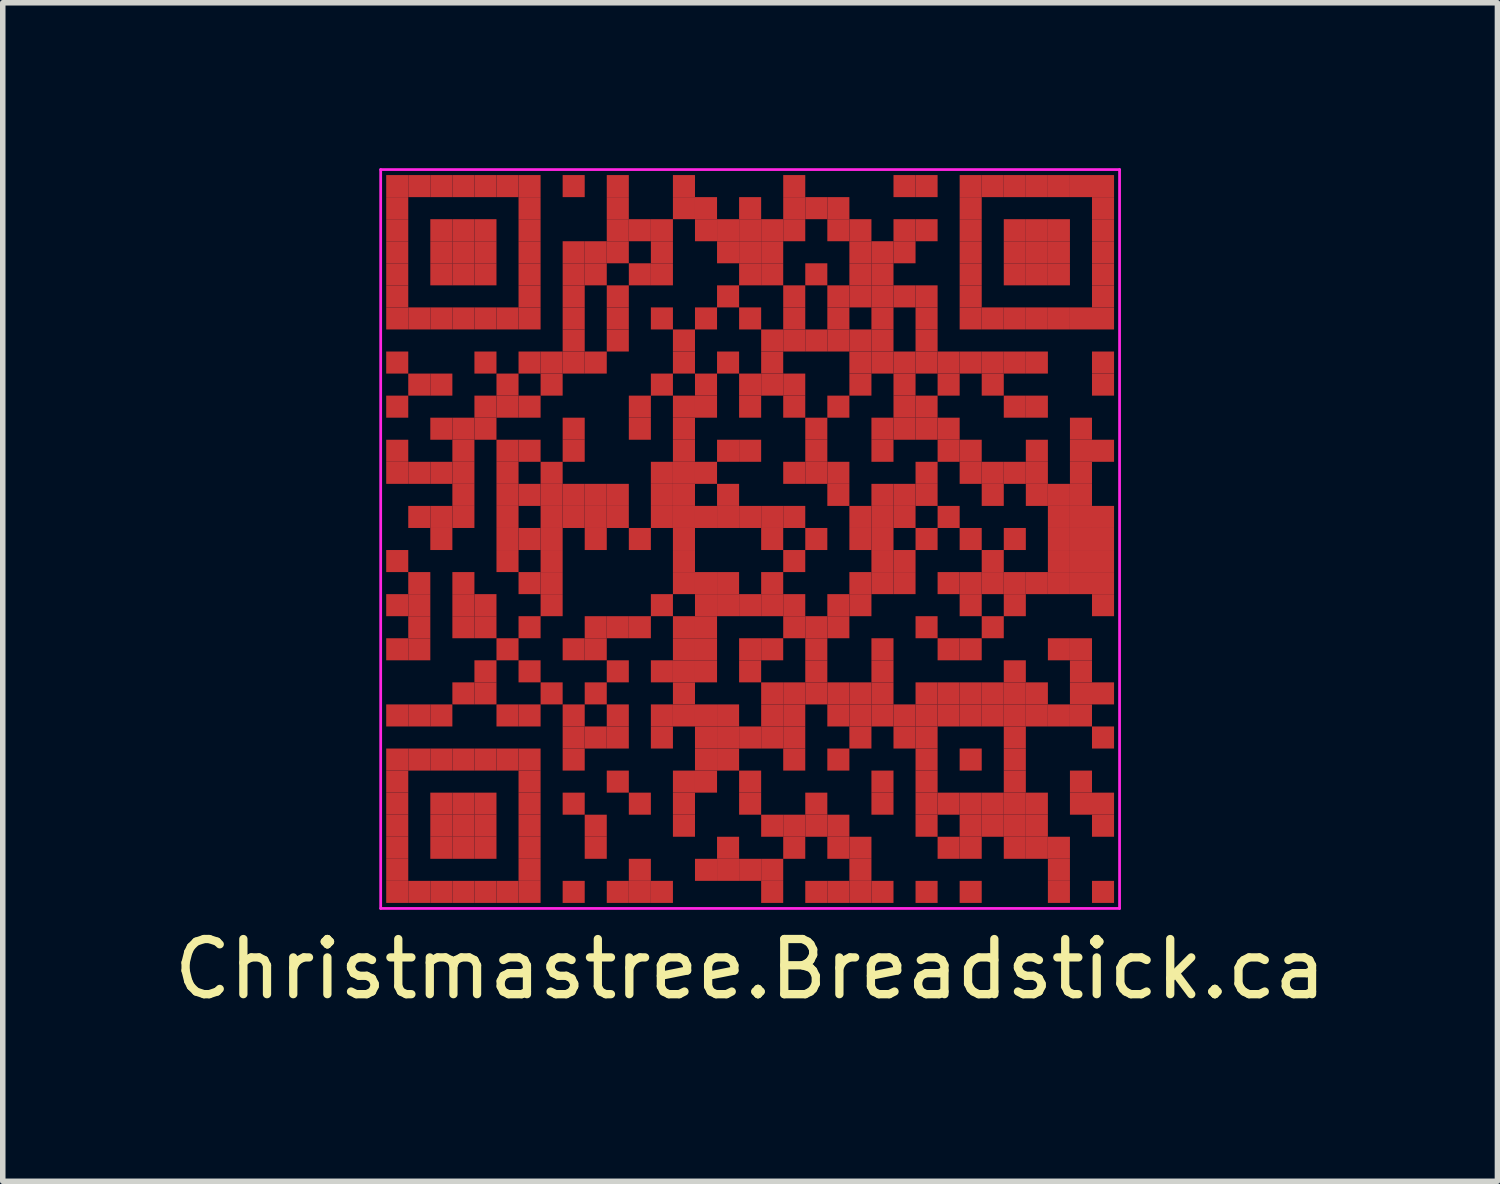
<source format=kicad_pcb>
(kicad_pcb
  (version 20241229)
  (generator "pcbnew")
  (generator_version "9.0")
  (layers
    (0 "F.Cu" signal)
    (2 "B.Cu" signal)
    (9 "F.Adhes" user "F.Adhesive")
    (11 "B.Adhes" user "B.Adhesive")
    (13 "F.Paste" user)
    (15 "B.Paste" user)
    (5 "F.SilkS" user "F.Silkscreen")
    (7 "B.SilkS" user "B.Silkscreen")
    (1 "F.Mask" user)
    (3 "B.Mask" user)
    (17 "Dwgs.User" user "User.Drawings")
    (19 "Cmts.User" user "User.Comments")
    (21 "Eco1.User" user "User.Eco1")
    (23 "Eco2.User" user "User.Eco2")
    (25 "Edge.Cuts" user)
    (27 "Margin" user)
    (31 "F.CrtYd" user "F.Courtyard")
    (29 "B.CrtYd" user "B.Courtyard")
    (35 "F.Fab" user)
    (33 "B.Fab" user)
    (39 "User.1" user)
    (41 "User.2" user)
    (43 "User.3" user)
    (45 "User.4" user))
  (footprint "Christmastree.Breadstick.ca"
    (layer "F.Cu")
    (at 10.554 6.725)
    (property "Reference" "Christmastree.Breadstick.ca" (at 0 7.8 0) (layer "F.SilkS") (effects (font (size 1 1) (thickness 0.15))))
    (attr through_hole)
    (fp_poly (pts (xy 6.65 6.65) (xy 6.65 -6.65) (xy -6.65 -6.65) (xy -6.65 6.65)) (stroke (width 0) (type solid)) (fill yes) (layer "F.Mask"))
    (fp_line (start -6.7 -6.7) (end 6.7 -6.7) (stroke (width 0.05) (type solid)) (layer "F.CrtYd"))
    (fp_line (start -6.7 6.7) (end -6.7 -6.7) (stroke (width 0.05) (type solid)) (layer "F.CrtYd"))
    (fp_line (start 6.7 -6.7) (end 6.7 6.7) (stroke (width 0.05) (type solid)) (layer "F.CrtYd"))
    (fp_line (start 6.7 6.7) (end -6.7 6.7) (stroke (width 0.05) (type solid)) (layer "F.CrtYd"))
    (pad "" smd rect (at -6.4 -6.4) (size 0.4 0.4) (layers "F.Cu"))
    (pad "" smd rect (at -6.4 -6) (size 0.4 0.4) (layers "F.Cu"))
    (pad "" smd rect (at -6.4 -5.6) (size 0.4 0.4) (layers "F.Cu"))
    (pad "" smd rect (at -6.4 -5.2) (size 0.4 0.4) (layers "F.Cu"))
    (pad "" smd rect (at -6.4 -4.8) (size 0.4 0.4) (layers "F.Cu"))
    (pad "" smd rect (at -6.4 -4.4) (size 0.4 0.4) (layers "F.Cu"))
    (pad "" smd rect (at -6.4 -4) (size 0.4 0.4) (layers "F.Cu"))
    (pad "" smd rect (at -6.4 -3.2) (size 0.4 0.4) (layers "F.Cu"))
    (pad "" smd rect (at -6.4 -2.4) (size 0.4 0.4) (layers "F.Cu"))
    (pad "" smd rect (at -6.4 -1.6) (size 0.4 0.4) (layers "F.Cu"))
    (pad "" smd rect (at -6.4 -1.2) (size 0.4 0.4) (layers "F.Cu"))
    (pad "" smd rect (at -6.4 0.4) (size 0.4 0.4) (layers "F.Cu"))
    (pad "" smd rect (at -6.4 1.2) (size 0.4 0.4) (layers "F.Cu"))
    (pad "" smd rect (at -6.4 2) (size 0.4 0.4) (layers "F.Cu"))
    (pad "" smd rect (at -6.4 3.2) (size 0.4 0.4) (layers "F.Cu"))
    (pad "" smd rect (at -6.4 4) (size 0.4 0.4) (layers "F.Cu"))
    (pad "" smd rect (at -6.4 4.4) (size 0.4 0.4) (layers "F.Cu"))
    (pad "" smd rect (at -6.4 4.8) (size 0.4 0.4) (layers "F.Cu"))
    (pad "" smd rect (at -6.4 5.2) (size 0.4 0.4) (layers "F.Cu"))
    (pad "" smd rect (at -6.4 5.6) (size 0.4 0.4) (layers "F.Cu"))
    (pad "" smd rect (at -6.4 6) (size 0.4 0.4) (layers "F.Cu"))
    (pad "" smd rect (at -6.4 6.4) (size 0.4 0.4) (layers "F.Cu"))
    (pad "" smd rect (at -6 -6.4) (size 0.4 0.4) (layers "F.Cu"))
    (pad "" smd rect (at -6 -4) (size 0.4 0.4) (layers "F.Cu"))
    (pad "" smd rect (at -6 -2.8) (size 0.4 0.4) (layers "F.Cu"))
    (pad "" smd rect (at -6 -1.2) (size 0.4 0.4) (layers "F.Cu"))
    (pad "" smd rect (at -6 -0.4) (size 0.4 0.4) (layers "F.Cu"))
    (pad "" smd rect (at -6 0.8) (size 0.4 0.4) (layers "F.Cu"))
    (pad "" smd rect (at -6 1.2) (size 0.4 0.4) (layers "F.Cu"))
    (pad "" smd rect (at -6 1.6) (size 0.4 0.4) (layers "F.Cu"))
    (pad "" smd rect (at -6 2) (size 0.4 0.4) (layers "F.Cu"))
    (pad "" smd rect (at -6 3.2) (size 0.4 0.4) (layers "F.Cu"))
    (pad "" smd rect (at -6 4) (size 0.4 0.4) (layers "F.Cu"))
    (pad "" smd rect (at -6 6.4) (size 0.4 0.4) (layers "F.Cu"))
    (pad "" smd rect (at -5.6 -6.4) (size 0.4 0.4) (layers "F.Cu"))
    (pad "" smd rect (at -5.6 -5.6) (size 0.4 0.4) (layers "F.Cu"))
    (pad "" smd rect (at -5.6 -5.2) (size 0.4 0.4) (layers "F.Cu"))
    (pad "" smd rect (at -5.6 -4.8) (size 0.4 0.4) (layers "F.Cu"))
    (pad "" smd rect (at -5.6 -4) (size 0.4 0.4) (layers "F.Cu"))
    (pad "" smd rect (at -5.6 -2.8) (size 0.4 0.4) (layers "F.Cu"))
    (pad "" smd rect (at -5.6 -2) (size 0.4 0.4) (layers "F.Cu"))
    (pad "" smd rect (at -5.6 -1.2) (size 0.4 0.4) (layers "F.Cu"))
    (pad "" smd rect (at -5.6 -0.4) (size 0.4 0.4) (layers "F.Cu"))
    (pad "" smd rect (at -5.6 0) (size 0.4 0.4) (layers "F.Cu"))
    (pad "" smd rect (at -5.6 3.2) (size 0.4 0.4) (layers "F.Cu"))
    (pad "" smd rect (at -5.6 4) (size 0.4 0.4) (layers "F.Cu"))
    (pad "" smd rect (at -5.6 4.8) (size 0.4 0.4) (layers "F.Cu"))
    (pad "" smd rect (at -5.6 5.2) (size 0.4 0.4) (layers "F.Cu"))
    (pad "" smd rect (at -5.6 5.6) (size 0.4 0.4) (layers "F.Cu"))
    (pad "" smd rect (at -5.6 6.4) (size 0.4 0.4) (layers "F.Cu"))
    (pad "" smd rect (at -5.2 -6.4) (size 0.4 0.4) (layers "F.Cu"))
    (pad "" smd rect (at -5.2 -5.6) (size 0.4 0.4) (layers "F.Cu"))
    (pad "" smd rect (at -5.2 -5.2) (size 0.4 0.4) (layers "F.Cu"))
    (pad "" smd rect (at -5.2 -4.8) (size 0.4 0.4) (layers "F.Cu"))
    (pad "" smd rect (at -5.2 -4) (size 0.4 0.4) (layers "F.Cu"))
    (pad "" smd rect (at -5.2 -2) (size 0.4 0.4) (layers "F.Cu"))
    (pad "" smd rect (at -5.2 -1.6) (size 0.4 0.4) (layers "F.Cu"))
    (pad "" smd rect (at -5.2 -1.2) (size 0.4 0.4) (layers "F.Cu"))
    (pad "" smd rect (at -5.2 -0.8) (size 0.4 0.4) (layers "F.Cu"))
    (pad "" smd rect (at -5.2 -0.4) (size 0.4 0.4) (layers "F.Cu"))
    (pad "" smd rect (at -5.2 0.8) (size 0.4 0.4) (layers "F.Cu"))
    (pad "" smd rect (at -5.2 1.2) (size 0.4 0.4) (layers "F.Cu"))
    (pad "" smd rect (at -5.2 1.6) (size 0.4 0.4) (layers "F.Cu"))
    (pad "" smd rect (at -5.2 2.8) (size 0.4 0.4) (layers "F.Cu"))
    (pad "" smd rect (at -5.2 4) (size 0.4 0.4) (layers "F.Cu"))
    (pad "" smd rect (at -5.2 4.8) (size 0.4 0.4) (layers "F.Cu"))
    (pad "" smd rect (at -5.2 5.2) (size 0.4 0.4) (layers "F.Cu"))
    (pad "" smd rect (at -5.2 5.6) (size 0.4 0.4) (layers "F.Cu"))
    (pad "" smd rect (at -5.2 6.4) (size 0.4 0.4) (layers "F.Cu"))
    (pad "" smd rect (at -4.8 -6.4) (size 0.4 0.4) (layers "F.Cu"))
    (pad "" smd rect (at -4.8 -5.6) (size 0.4 0.4) (layers "F.Cu"))
    (pad "" smd rect (at -4.8 -5.2) (size 0.4 0.4) (layers "F.Cu"))
    (pad "" smd rect (at -4.8 -4.8) (size 0.4 0.4) (layers "F.Cu"))
    (pad "" smd rect (at -4.8 -4) (size 0.4 0.4) (layers "F.Cu"))
    (pad "" smd rect (at -4.8 -3.2) (size 0.4 0.4) (layers "F.Cu"))
    (pad "" smd rect (at -4.8 -2.4) (size 0.4 0.4) (layers "F.Cu"))
    (pad "" smd rect (at -4.8 -2) (size 0.4 0.4) (layers "F.Cu"))
    (pad "" smd rect (at -4.8 1.2) (size 0.4 0.4) (layers "F.Cu"))
    (pad "" smd rect (at -4.8 1.6) (size 0.4 0.4) (layers "F.Cu"))
    (pad "" smd rect (at -4.8 2.4) (size 0.4 0.4) (layers "F.Cu"))
    (pad "" smd rect (at -4.8 2.8) (size 0.4 0.4) (layers "F.Cu"))
    (pad "" smd rect (at -4.8 4) (size 0.4 0.4) (layers "F.Cu"))
    (pad "" smd rect (at -4.8 4.8) (size 0.4 0.4) (layers "F.Cu"))
    (pad "" smd rect (at -4.8 5.2) (size 0.4 0.4) (layers "F.Cu"))
    (pad "" smd rect (at -4.8 5.6) (size 0.4 0.4) (layers "F.Cu"))
    (pad "" smd rect (at -4.8 6.4) (size 0.4 0.4) (layers "F.Cu"))
    (pad "" smd rect (at -4.4 -6.4) (size 0.4 0.4) (layers "F.Cu"))
    (pad "" smd rect (at -4.4 -4) (size 0.4 0.4) (layers "F.Cu"))
    (pad "" smd rect (at -4.4 -2.8) (size 0.4 0.4) (layers "F.Cu"))
    (pad "" smd rect (at -4.4 -2.4) (size 0.4 0.4) (layers "F.Cu"))
    (pad "" smd rect (at -4.4 -1.6) (size 0.4 0.4) (layers "F.Cu"))
    (pad "" smd rect (at -4.4 -1.2) (size 0.4 0.4) (layers "F.Cu"))
    (pad "" smd rect (at -4.4 -0.8) (size 0.4 0.4) (layers "F.Cu"))
    (pad "" smd rect (at -4.4 -0.4) (size 0.4 0.4) (layers "F.Cu"))
    (pad "" smd rect (at -4.4 0) (size 0.4 0.4) (layers "F.Cu"))
    (pad "" smd rect (at -4.4 0.4) (size 0.4 0.4) (layers "F.Cu"))
    (pad "" smd rect (at -4.4 2) (size 0.4 0.4) (layers "F.Cu"))
    (pad "" smd rect (at -4.4 3.2) (size 0.4 0.4) (layers "F.Cu"))
    (pad "" smd rect (at -4.4 4) (size 0.4 0.4) (layers "F.Cu"))
    (pad "" smd rect (at -4.4 6.4) (size 0.4 0.4) (layers "F.Cu"))
    (pad "" smd rect (at -4 -6.4) (size 0.4 0.4) (layers "F.Cu"))
    (pad "" smd rect (at -4 -6) (size 0.4 0.4) (layers "F.Cu"))
    (pad "" smd rect (at -4 -5.6) (size 0.4 0.4) (layers "F.Cu"))
    (pad "" smd rect (at -4 -5.2) (size 0.4 0.4) (layers "F.Cu"))
    (pad "" smd rect (at -4 -4.8) (size 0.4 0.4) (layers "F.Cu"))
    (pad "" smd rect (at -4 -4.4) (size 0.4 0.4) (layers "F.Cu"))
    (pad "" smd rect (at -4 -4) (size 0.4 0.4) (layers "F.Cu"))
    (pad "" smd rect (at -4 -3.2) (size 0.4 0.4) (layers "F.Cu"))
    (pad "" smd rect (at -4 -2.4) (size 0.4 0.4) (layers "F.Cu"))
    (pad "" smd rect (at -4 -1.6) (size 0.4 0.4) (layers "F.Cu"))
    (pad "" smd rect (at -4 -0.8) (size 0.4 0.4) (layers "F.Cu"))
    (pad "" smd rect (at -4 0) (size 0.4 0.4) (layers "F.Cu"))
    (pad "" smd rect (at -4 0.8) (size 0.4 0.4) (layers "F.Cu"))
    (pad "" smd rect (at -4 1.6) (size 0.4 0.4) (layers "F.Cu"))
    (pad "" smd rect (at -4 2.4) (size 0.4 0.4) (layers "F.Cu"))
    (pad "" smd rect (at -4 3.2) (size 0.4 0.4) (layers "F.Cu"))
    (pad "" smd rect (at -4 4) (size 0.4 0.4) (layers "F.Cu"))
    (pad "" smd rect (at -4 4.4) (size 0.4 0.4) (layers "F.Cu"))
    (pad "" smd rect (at -4 4.8) (size 0.4 0.4) (layers "F.Cu"))
    (pad "" smd rect (at -4 5.2) (size 0.4 0.4) (layers "F.Cu"))
    (pad "" smd rect (at -4 5.6) (size 0.4 0.4) (layers "F.Cu"))
    (pad "" smd rect (at -4 6) (size 0.4 0.4) (layers "F.Cu"))
    (pad "" smd rect (at -4 6.4) (size 0.4 0.4) (layers "F.Cu"))
    (pad "" smd rect (at -3.6 -3.2) (size 0.4 0.4) (layers "F.Cu"))
    (pad "" smd rect (at -3.6 -2.8) (size 0.4 0.4) (layers "F.Cu"))
    (pad "" smd rect (at -3.6 -1.2) (size 0.4 0.4) (layers "F.Cu"))
    (pad "" smd rect (at -3.6 -0.8) (size 0.4 0.4) (layers "F.Cu"))
    (pad "" smd rect (at -3.6 -0.4) (size 0.4 0.4) (layers "F.Cu"))
    (pad "" smd rect (at -3.6 0) (size 0.4 0.4) (layers "F.Cu"))
    (pad "" smd rect (at -3.6 0.4) (size 0.4 0.4) (layers "F.Cu"))
    (pad "" smd rect (at -3.6 0.8) (size 0.4 0.4) (layers "F.Cu"))
    (pad "" smd rect (at -3.6 1.2) (size 0.4 0.4) (layers "F.Cu"))
    (pad "" smd rect (at -3.6 2.8) (size 0.4 0.4) (layers "F.Cu"))
    (pad "" smd rect (at -3.2 -6.4) (size 0.4 0.4) (layers "F.Cu"))
    (pad "" smd rect (at -3.2 -5.2) (size 0.4 0.4) (layers "F.Cu"))
    (pad "" smd rect (at -3.2 -4.8) (size 0.4 0.4) (layers "F.Cu"))
    (pad "" smd rect (at -3.2 -4.4) (size 0.4 0.4) (layers "F.Cu"))
    (pad "" smd rect (at -3.2 -4) (size 0.4 0.4) (layers "F.Cu"))
    (pad "" smd rect (at -3.2 -3.6) (size 0.4 0.4) (layers "F.Cu"))
    (pad "" smd rect (at -3.2 -3.2) (size 0.4 0.4) (layers "F.Cu"))
    (pad "" smd rect (at -3.2 -2) (size 0.4 0.4) (layers "F.Cu"))
    (pad "" smd rect (at -3.2 -1.6) (size 0.4 0.4) (layers "F.Cu"))
    (pad "" smd rect (at -3.2 -0.8) (size 0.4 0.4) (layers "F.Cu"))
    (pad "" smd rect (at -3.2 -0.4) (size 0.4 0.4) (layers "F.Cu"))
    (pad "" smd rect (at -3.2 2) (size 0.4 0.4) (layers "F.Cu"))
    (pad "" smd rect (at -3.2 3.2) (size 0.4 0.4) (layers "F.Cu"))
    (pad "" smd rect (at -3.2 3.6) (size 0.4 0.4) (layers "F.Cu"))
    (pad "" smd rect (at -3.2 4) (size 0.4 0.4) (layers "F.Cu"))
    (pad "" smd rect (at -3.2 4.8) (size 0.4 0.4) (layers "F.Cu"))
    (pad "" smd rect (at -3.2 6.4) (size 0.4 0.4) (layers "F.Cu"))
    (pad "" smd rect (at -2.8 -5.2) (size 0.4 0.4) (layers "F.Cu"))
    (pad "" smd rect (at -2.8 -4.8) (size 0.4 0.4) (layers "F.Cu"))
    (pad "" smd rect (at -2.8 -3.2) (size 0.4 0.4) (layers "F.Cu"))
    (pad "" smd rect (at -2.8 -0.8) (size 0.4 0.4) (layers "F.Cu"))
    (pad "" smd rect (at -2.8 -0.4) (size 0.4 0.4) (layers "F.Cu"))
    (pad "" smd rect (at -2.8 0) (size 0.4 0.4) (layers "F.Cu"))
    (pad "" smd rect (at -2.8 1.6) (size 0.4 0.4) (layers "F.Cu"))
    (pad "" smd rect (at -2.8 2) (size 0.4 0.4) (layers "F.Cu"))
    (pad "" smd rect (at -2.8 2.8) (size 0.4 0.4) (layers "F.Cu"))
    (pad "" smd rect (at -2.8 3.6) (size 0.4 0.4) (layers "F.Cu"))
    (pad "" smd rect (at -2.8 5.2) (size 0.4 0.4) (layers "F.Cu"))
    (pad "" smd rect (at -2.8 5.6) (size 0.4 0.4) (layers "F.Cu"))
    (pad "" smd rect (at -2.4 -6.4) (size 0.4 0.4) (layers "F.Cu"))
    (pad "" smd rect (at -2.4 -6) (size 0.4 0.4) (layers "F.Cu"))
    (pad "" smd rect (at -2.4 -5.6) (size 0.4 0.4) (layers "F.Cu"))
    (pad "" smd rect (at -2.4 -5.2) (size 0.4 0.4) (layers "F.Cu"))
    (pad "" smd rect (at -2.4 -4.4) (size 0.4 0.4) (layers "F.Cu"))
    (pad "" smd rect (at -2.4 -4) (size 0.4 0.4) (layers "F.Cu"))
    (pad "" smd rect (at -2.4 -3.6) (size 0.4 0.4) (layers "F.Cu"))
    (pad "" smd rect (at -2.4 -0.8) (size 0.4 0.4) (layers "F.Cu"))
    (pad "" smd rect (at -2.4 -0.4) (size 0.4 0.4) (layers "F.Cu"))
    (pad "" smd rect (at -2.4 1.6) (size 0.4 0.4) (layers "F.Cu"))
    (pad "" smd rect (at -2.4 2.4) (size 0.4 0.4) (layers "F.Cu"))
    (pad "" smd rect (at -2.4 3.2) (size 0.4 0.4) (layers "F.Cu"))
    (pad "" smd rect (at -2.4 3.6) (size 0.4 0.4) (layers "F.Cu"))
    (pad "" smd rect (at -2.4 4.4) (size 0.4 0.4) (layers "F.Cu"))
    (pad "" smd rect (at -2.4 6.4) (size 0.4 0.4) (layers "F.Cu"))
    (pad "" smd rect (at -2 -5.6) (size 0.4 0.4) (layers "F.Cu"))
    (pad "" smd rect (at -2 -4.8) (size 0.4 0.4) (layers "F.Cu"))
    (pad "" smd rect (at -2 -2.4) (size 0.4 0.4) (layers "F.Cu"))
    (pad "" smd rect (at -2 -2) (size 0.4 0.4) (layers "F.Cu"))
    (pad "" smd rect (at -2 0) (size 0.4 0.4) (layers "F.Cu"))
    (pad "" smd rect (at -2 1.6) (size 0.4 0.4) (layers "F.Cu"))
    (pad "" smd rect (at -2 4.8) (size 0.4 0.4) (layers "F.Cu"))
    (pad "" smd rect (at -2 6) (size 0.4 0.4) (layers "F.Cu"))
    (pad "" smd rect (at -2 6.4) (size 0.4 0.4) (layers "F.Cu"))
    (pad "" smd rect (at -1.6 -5.6) (size 0.4 0.4) (layers "F.Cu"))
    (pad "" smd rect (at -1.6 -5.2) (size 0.4 0.4) (layers "F.Cu"))
    (pad "" smd rect (at -1.6 -4.8) (size 0.4 0.4) (layers "F.Cu"))
    (pad "" smd rect (at -1.6 -4) (size 0.4 0.4) (layers "F.Cu"))
    (pad "" smd rect (at -1.6 -2.8) (size 0.4 0.4) (layers "F.Cu"))
    (pad "" smd rect (at -1.6 -1.2) (size 0.4 0.4) (layers "F.Cu"))
    (pad "" smd rect (at -1.6 -0.8) (size 0.4 0.4) (layers "F.Cu"))
    (pad "" smd rect (at -1.6 -0.4) (size 0.4 0.4) (layers "F.Cu"))
    (pad "" smd rect (at -1.6 1.2) (size 0.4 0.4) (layers "F.Cu"))
    (pad "" smd rect (at -1.6 2.4) (size 0.4 0.4) (layers "F.Cu"))
    (pad "" smd rect (at -1.6 3.2) (size 0.4 0.4) (layers "F.Cu"))
    (pad "" smd rect (at -1.6 3.6) (size 0.4 0.4) (layers "F.Cu"))
    (pad "" smd rect (at -1.6 6.4) (size 0.4 0.4) (layers "F.Cu"))
    (pad "" smd rect (at -1.2 -6.4) (size 0.4 0.4) (layers "F.Cu"))
    (pad "" smd rect (at -1.2 -6) (size 0.4 0.4) (layers "F.Cu"))
    (pad "" smd rect (at -1.2 -3.6) (size 0.4 0.4) (layers "F.Cu"))
    (pad "" smd rect (at -1.2 -3.2) (size 0.4 0.4) (layers "F.Cu"))
    (pad "" smd rect (at -1.2 -2.4) (size 0.4 0.4) (layers "F.Cu"))
    (pad "" smd rect (at -1.2 -2) (size 0.4 0.4) (layers "F.Cu"))
    (pad "" smd rect (at -1.2 -1.6) (size 0.4 0.4) (layers "F.Cu"))
    (pad "" smd rect (at -1.2 -1.2) (size 0.4 0.4) (layers "F.Cu"))
    (pad "" smd rect (at -1.2 -0.8) (size 0.4 0.4) (layers "F.Cu"))
    (pad "" smd rect (at -1.2 -0.4) (size 0.4 0.4) (layers "F.Cu"))
    (pad "" smd rect (at -1.2 0) (size 0.4 0.4) (layers "F.Cu"))
    (pad "" smd rect (at -1.2 0.4) (size 0.4 0.4) (layers "F.Cu"))
    (pad "" smd rect (at -1.2 0.8) (size 0.4 0.4) (layers "F.Cu"))
    (pad "" smd rect (at -1.2 1.6) (size 0.4 0.4) (layers "F.Cu"))
    (pad "" smd rect (at -1.2 2) (size 0.4 0.4) (layers "F.Cu"))
    (pad "" smd rect (at -1.2 2.4) (size 0.4 0.4) (layers "F.Cu"))
    (pad "" smd rect (at -1.2 2.8) (size 0.4 0.4) (layers "F.Cu"))
    (pad "" smd rect (at -1.2 3.2) (size 0.4 0.4) (layers "F.Cu"))
    (pad "" smd rect (at -1.2 4.4) (size 0.4 0.4) (layers "F.Cu"))
    (pad "" smd rect (at -1.2 4.8) (size 0.4 0.4) (layers "F.Cu"))
    (pad "" smd rect (at -1.2 5.2) (size 0.4 0.4) (layers "F.Cu"))
    (pad "" smd rect (at -0.8 -6) (size 0.4 0.4) (layers "F.Cu"))
    (pad "" smd rect (at -0.8 -5.6) (size 0.4 0.4) (layers "F.Cu"))
    (pad "" smd rect (at -0.8 -4) (size 0.4 0.4) (layers "F.Cu"))
    (pad "" smd rect (at -0.8 -2.8) (size 0.4 0.4) (layers "F.Cu"))
    (pad "" smd rect (at -0.8 -2.4) (size 0.4 0.4) (layers "F.Cu"))
    (pad "" smd rect (at -0.8 -1.2) (size 0.4 0.4) (layers "F.Cu"))
    (pad "" smd rect (at -0.8 -0.4) (size 0.4 0.4) (layers "F.Cu"))
    (pad "" smd rect (at -0.8 0.8) (size 0.4 0.4) (layers "F.Cu"))
    (pad "" smd rect (at -0.8 1.2) (size 0.4 0.4) (layers "F.Cu"))
    (pad "" smd rect (at -0.8 1.6) (size 0.4 0.4) (layers "F.Cu"))
    (pad "" smd rect (at -0.8 2) (size 0.4 0.4) (layers "F.Cu"))
    (pad "" smd rect (at -0.8 2.4) (size 0.4 0.4) (layers "F.Cu"))
    (pad "" smd rect (at -0.8 3.2) (size 0.4 0.4) (layers "F.Cu"))
    (pad "" smd rect (at -0.8 3.6) (size 0.4 0.4) (layers "F.Cu"))
    (pad "" smd rect (at -0.8 4) (size 0.4 0.4) (layers "F.Cu"))
    (pad "" smd rect (at -0.8 4.4) (size 0.4 0.4) (layers "F.Cu"))
    (pad "" smd rect (at -0.8 6) (size 0.4 0.4) (layers "F.Cu"))
    (pad "" smd rect (at -0.4 -5.6) (size 0.4 0.4) (layers "F.Cu"))
    (pad "" smd rect (at -0.4 -5.2) (size 0.4 0.4) (layers "F.Cu"))
    (pad "" smd rect (at -0.4 -4.4) (size 0.4 0.4) (layers "F.Cu"))
    (pad "" smd rect (at -0.4 -3.2) (size 0.4 0.4) (layers "F.Cu"))
    (pad "" smd rect (at -0.4 -1.6) (size 0.4 0.4) (layers "F.Cu"))
    (pad "" smd rect (at -0.4 -0.8) (size 0.4 0.4) (layers "F.Cu"))
    (pad "" smd rect (at -0.4 -0.4) (size 0.4 0.4) (layers "F.Cu"))
    (pad "" smd rect (at -0.4 0.8) (size 0.4 0.4) (layers "F.Cu"))
    (pad "" smd rect (at -0.4 1.2) (size 0.4 0.4) (layers "F.Cu"))
    (pad "" smd rect (at -0.4 3.2) (size 0.4 0.4) (layers "F.Cu"))
    (pad "" smd rect (at -0.4 3.6) (size 0.4 0.4) (layers "F.Cu"))
    (pad "" smd rect (at -0.4 4) (size 0.4 0.4) (layers "F.Cu"))
    (pad "" smd rect (at -0.4 5.6) (size 0.4 0.4) (layers "F.Cu"))
    (pad "" smd rect (at -0.4 6) (size 0.4 0.4) (layers "F.Cu"))
    (pad "" smd rect (at 0 -6) (size 0.4 0.4) (layers "F.Cu"))
    (pad "" smd rect (at 0 -5.6) (size 0.4 0.4) (layers "F.Cu"))
    (pad "" smd rect (at 0 -5.2) (size 0.4 0.4) (layers "F.Cu"))
    (pad "" smd rect (at 0 -4.8) (size 0.4 0.4) (layers "F.Cu"))
    (pad "" smd rect (at 0 -4) (size 0.4 0.4) (layers "F.Cu"))
    (pad "" smd rect (at 0 -2.8) (size 0.4 0.4) (layers "F.Cu"))
    (pad "" smd rect (at 0 -2.4) (size 0.4 0.4) (layers "F.Cu"))
    (pad "" smd rect (at 0 -1.6) (size 0.4 0.4) (layers "F.Cu"))
    (pad "" smd rect (at 0 -0.4) (size 0.4 0.4) (layers "F.Cu"))
    (pad "" smd rect (at 0 1.2) (size 0.4 0.4) (layers "F.Cu"))
    (pad "" smd rect (at 0 2) (size 0.4 0.4) (layers "F.Cu"))
    (pad "" smd rect (at 0 2.4) (size 0.4 0.4) (layers "F.Cu"))
    (pad "" smd rect (at 0 3.6) (size 0.4 0.4) (layers "F.Cu"))
    (pad "" smd rect (at 0 4.4) (size 0.4 0.4) (layers "F.Cu"))
    (pad "" smd rect (at 0 4.8) (size 0.4 0.4) (layers "F.Cu"))
    (pad "" smd rect (at 0 6) (size 0.4 0.4) (layers "F.Cu"))
    (pad "" smd rect (at 0.4 -5.6) (size 0.4 0.4) (layers "F.Cu"))
    (pad "" smd rect (at 0.4 -5.2) (size 0.4 0.4) (layers "F.Cu"))
    (pad "" smd rect (at 0.4 -4.8) (size 0.4 0.4) (layers "F.Cu"))
    (pad "" smd rect (at 0.4 -3.6) (size 0.4 0.4) (layers "F.Cu"))
    (pad "" smd rect (at 0.4 -3.2) (size 0.4 0.4) (layers "F.Cu"))
    (pad "" smd rect (at 0.4 -2.8) (size 0.4 0.4) (layers "F.Cu"))
    (pad "" smd rect (at 0.4 -0.4) (size 0.4 0.4) (layers "F.Cu"))
    (pad "" smd rect (at 0.4 0) (size 0.4 0.4) (layers "F.Cu"))
    (pad "" smd rect (at 0.4 0.8) (size 0.4 0.4) (layers "F.Cu"))
    (pad "" smd rect (at 0.4 1.2) (size 0.4 0.4) (layers "F.Cu"))
    (pad "" smd rect (at 0.4 2) (size 0.4 0.4) (layers "F.Cu"))
    (pad "" smd rect (at 0.4 2.8) (size 0.4 0.4) (layers "F.Cu"))
    (pad "" smd rect (at 0.4 3.2) (size 0.4 0.4) (layers "F.Cu"))
    (pad "" smd rect (at 0.4 3.6) (size 0.4 0.4) (layers "F.Cu"))
    (pad "" smd rect (at 0.4 5.2) (size 0.4 0.4) (layers "F.Cu"))
    (pad "" smd rect (at 0.4 6) (size 0.4 0.4) (layers "F.Cu"))
    (pad "" smd rect (at 0.4 6.4) (size 0.4 0.4) (layers "F.Cu"))
    (pad "" smd rect (at 0.8 -6.4) (size 0.4 0.4) (layers "F.Cu"))
    (pad "" smd rect (at 0.8 -6) (size 0.4 0.4) (layers "F.Cu"))
    (pad "" smd rect (at 0.8 -5.6) (size 0.4 0.4) (layers "F.Cu"))
    (pad "" smd rect (at 0.8 -4.4) (size 0.4 0.4) (layers "F.Cu"))
    (pad "" smd rect (at 0.8 -4) (size 0.4 0.4) (layers "F.Cu"))
    (pad "" smd rect (at 0.8 -3.6) (size 0.4 0.4) (layers "F.Cu"))
    (pad "" smd rect (at 0.8 -2.8) (size 0.4 0.4) (layers "F.Cu"))
    (pad "" smd rect (at 0.8 -2.4) (size 0.4 0.4) (layers "F.Cu"))
    (pad "" smd rect (at 0.8 -1.2) (size 0.4 0.4) (layers "F.Cu"))
    (pad "" smd rect (at 0.8 -0.4) (size 0.4 0.4) (layers "F.Cu"))
    (pad "" smd rect (at 0.8 0.4) (size 0.4 0.4) (layers "F.Cu"))
    (pad "" smd rect (at 0.8 1.2) (size 0.4 0.4) (layers "F.Cu"))
    (pad "" smd rect (at 0.8 1.6) (size 0.4 0.4) (layers "F.Cu"))
    (pad "" smd rect (at 0.8 2.8) (size 0.4 0.4) (layers "F.Cu"))
    (pad "" smd rect (at 0.8 3.2) (size 0.4 0.4) (layers "F.Cu"))
    (pad "" smd rect (at 0.8 3.6) (size 0.4 0.4) (layers "F.Cu"))
    (pad "" smd rect (at 0.8 4) (size 0.4 0.4) (layers "F.Cu"))
    (pad "" smd rect (at 0.8 5.2) (size 0.4 0.4) (layers "F.Cu"))
    (pad "" smd rect (at 0.8 5.6) (size 0.4 0.4) (layers "F.Cu"))
    (pad "" smd rect (at 1.2 -6) (size 0.4 0.4) (layers "F.Cu"))
    (pad "" smd rect (at 1.2 -4.8) (size 0.4 0.4) (layers "F.Cu"))
    (pad "" smd rect (at 1.2 -3.6) (size 0.4 0.4) (layers "F.Cu"))
    (pad "" smd rect (at 1.2 -2) (size 0.4 0.4) (layers "F.Cu"))
    (pad "" smd rect (at 1.2 -1.6) (size 0.4 0.4) (layers "F.Cu"))
    (pad "" smd rect (at 1.2 -1.2) (size 0.4 0.4) (layers "F.Cu"))
    (pad "" smd rect (at 1.2 0) (size 0.4 0.4) (layers "F.Cu"))
    (pad "" smd rect (at 1.2 1.6) (size 0.4 0.4) (layers "F.Cu"))
    (pad "" smd rect (at 1.2 2) (size 0.4 0.4) (layers "F.Cu"))
    (pad "" smd rect (at 1.2 2.4) (size 0.4 0.4) (layers "F.Cu"))
    (pad "" smd rect (at 1.2 2.8) (size 0.4 0.4) (layers "F.Cu"))
    (pad "" smd rect (at 1.2 4.8) (size 0.4 0.4) (layers "F.Cu"))
    (pad "" smd rect (at 1.2 5.2) (size 0.4 0.4) (layers "F.Cu"))
    (pad "" smd rect (at 1.2 6.4) (size 0.4 0.4) (layers "F.Cu"))
    (pad "" smd rect (at 1.6 -6) (size 0.4 0.4) (layers "F.Cu"))
    (pad "" smd rect (at 1.6 -5.6) (size 0.4 0.4) (layers "F.Cu"))
    (pad "" smd rect (at 1.6 -4.4) (size 0.4 0.4) (layers "F.Cu"))
    (pad "" smd rect (at 1.6 -4) (size 0.4 0.4) (layers "F.Cu"))
    (pad "" smd rect (at 1.6 -3.6) (size 0.4 0.4) (layers "F.Cu"))
    (pad "" smd rect (at 1.6 -2.4) (size 0.4 0.4) (layers "F.Cu"))
    (pad "" smd rect (at 1.6 -1.2) (size 0.4 0.4) (layers "F.Cu"))
    (pad "" smd rect (at 1.6 -0.8) (size 0.4 0.4) (layers "F.Cu"))
    (pad "" smd rect (at 1.6 1.2) (size 0.4 0.4) (layers "F.Cu"))
    (pad "" smd rect (at 1.6 1.6) (size 0.4 0.4) (layers "F.Cu"))
    (pad "" smd rect (at 1.6 2.8) (size 0.4 0.4) (layers "F.Cu"))
    (pad "" smd rect (at 1.6 3.2) (size 0.4 0.4) (layers "F.Cu"))
    (pad "" smd rect (at 1.6 4) (size 0.4 0.4) (layers "F.Cu"))
    (pad "" smd rect (at 1.6 5.2) (size 0.4 0.4) (layers "F.Cu"))
    (pad "" smd rect (at 1.6 5.6) (size 0.4 0.4) (layers "F.Cu"))
    (pad "" smd rect (at 1.6 6.4) (size 0.4 0.4) (layers "F.Cu"))
    (pad "" smd rect (at 2 -5.6) (size 0.4 0.4) (layers "F.Cu"))
    (pad "" smd rect (at 2 -5.2) (size 0.4 0.4) (layers "F.Cu"))
    (pad "" smd rect (at 2 -4.8) (size 0.4 0.4) (layers "F.Cu"))
    (pad "" smd rect (at 2 -4.4) (size 0.4 0.4) (layers "F.Cu"))
    (pad "" smd rect (at 2 -3.6) (size 0.4 0.4) (layers "F.Cu"))
    (pad "" smd rect (at 2 -3.2) (size 0.4 0.4) (layers "F.Cu"))
    (pad "" smd rect (at 2 -2.8) (size 0.4 0.4) (layers "F.Cu"))
    (pad "" smd rect (at 2 -0.4) (size 0.4 0.4) (layers "F.Cu"))
    (pad "" smd rect (at 2 0) (size 0.4 0.4) (layers "F.Cu"))
    (pad "" smd rect (at 2 0.8) (size 0.4 0.4) (layers "F.Cu"))
    (pad "" smd rect (at 2 1.2) (size 0.4 0.4) (layers "F.Cu"))
    (pad "" smd rect (at 2 2.8) (size 0.4 0.4) (layers "F.Cu"))
    (pad "" smd rect (at 2 3.2) (size 0.4 0.4) (layers "F.Cu"))
    (pad "" smd rect (at 2 3.6) (size 0.4 0.4) (layers "F.Cu"))
    (pad "" smd rect (at 2 5.6) (size 0.4 0.4) (layers "F.Cu"))
    (pad "" smd rect (at 2 6) (size 0.4 0.4) (layers "F.Cu"))
    (pad "" smd rect (at 2 6.4) (size 0.4 0.4) (layers "F.Cu"))
    (pad "" smd rect (at 2.4 -5.2) (size 0.4 0.4) (layers "F.Cu"))
    (pad "" smd rect (at 2.4 -4.8) (size 0.4 0.4) (layers "F.Cu"))
    (pad "" smd rect (at 2.4 -4.4) (size 0.4 0.4) (layers "F.Cu"))
    (pad "" smd rect (at 2.4 -4) (size 0.4 0.4) (layers "F.Cu"))
    (pad "" smd rect (at 2.4 -3.6) (size 0.4 0.4) (layers "F.Cu"))
    (pad "" smd rect (at 2.4 -3.2) (size 0.4 0.4) (layers "F.Cu"))
    (pad "" smd rect (at 2.4 -2) (size 0.4 0.4) (layers "F.Cu"))
    (pad "" smd rect (at 2.4 -1.6) (size 0.4 0.4) (layers "F.Cu"))
    (pad "" smd rect (at 2.4 -0.8) (size 0.4 0.4) (layers "F.Cu"))
    (pad "" smd rect (at 2.4 -0.4) (size 0.4 0.4) (layers "F.Cu"))
    (pad "" smd rect (at 2.4 0) (size 0.4 0.4) (layers "F.Cu"))
    (pad "" smd rect (at 2.4 0.4) (size 0.4 0.4) (layers "F.Cu"))
    (pad "" smd rect (at 2.4 0.8) (size 0.4 0.4) (layers "F.Cu"))
    (pad "" smd rect (at 2.4 2) (size 0.4 0.4) (layers "F.Cu"))
    (pad "" smd rect (at 2.4 2.4) (size 0.4 0.4) (layers "F.Cu"))
    (pad "" smd rect (at 2.4 2.8) (size 0.4 0.4) (layers "F.Cu"))
    (pad "" smd rect (at 2.4 3.2) (size 0.4 0.4) (layers "F.Cu"))
    (pad "" smd rect (at 2.4 4.4) (size 0.4 0.4) (layers "F.Cu"))
    (pad "" smd rect (at 2.4 4.8) (size 0.4 0.4) (layers "F.Cu"))
    (pad "" smd rect (at 2.4 6.4) (size 0.4 0.4) (layers "F.Cu"))
    (pad "" smd rect (at 2.8 -6.4) (size 0.4 0.4) (layers "F.Cu"))
    (pad "" smd rect (at 2.8 -5.6) (size 0.4 0.4) (layers "F.Cu"))
    (pad "" smd rect (at 2.8 -5.2) (size 0.4 0.4) (layers "F.Cu"))
    (pad "" smd rect (at 2.8 -4.4) (size 0.4 0.4) (layers "F.Cu"))
    (pad "" smd rect (at 2.8 -3.2) (size 0.4 0.4) (layers "F.Cu"))
    (pad "" smd rect (at 2.8 -2.8) (size 0.4 0.4) (layers "F.Cu"))
    (pad "" smd rect (at 2.8 -2.4) (size 0.4 0.4) (layers "F.Cu"))
    (pad "" smd rect (at 2.8 -2) (size 0.4 0.4) (layers "F.Cu"))
    (pad "" smd rect (at 2.8 -0.8) (size 0.4 0.4) (layers "F.Cu"))
    (pad "" smd rect (at 2.8 -0.4) (size 0.4 0.4) (layers "F.Cu"))
    (pad "" smd rect (at 2.8 0.4) (size 0.4 0.4) (layers "F.Cu"))
    (pad "" smd rect (at 2.8 0.8) (size 0.4 0.4) (layers "F.Cu"))
    (pad "" smd rect (at 2.8 3.2) (size 0.4 0.4) (layers "F.Cu"))
    (pad "" smd rect (at 2.8 3.6) (size 0.4 0.4) (layers "F.Cu"))
    (pad "" smd rect (at 3.2 -6.4) (size 0.4 0.4) (layers "F.Cu"))
    (pad "" smd rect (at 3.2 -5.6) (size 0.4 0.4) (layers "F.Cu"))
    (pad "" smd rect (at 3.2 -4.4) (size 0.4 0.4) (layers "F.Cu"))
    (pad "" smd rect (at 3.2 -4) (size 0.4 0.4) (layers "F.Cu"))
    (pad "" smd rect (at 3.2 -3.6) (size 0.4 0.4) (layers "F.Cu"))
    (pad "" smd rect (at 3.2 -3.2) (size 0.4 0.4) (layers "F.Cu"))
    (pad "" smd rect (at 3.2 -2.4) (size 0.4 0.4) (layers "F.Cu"))
    (pad "" smd rect (at 3.2 -2) (size 0.4 0.4) (layers "F.Cu"))
    (pad "" smd rect (at 3.2 -1.2) (size 0.4 0.4) (layers "F.Cu"))
    (pad "" smd rect (at 3.2 -0.8) (size 0.4 0.4) (layers "F.Cu"))
    (pad "" smd rect (at 3.2 0) (size 0.4 0.4) (layers "F.Cu"))
    (pad "" smd rect (at 3.2 1.6) (size 0.4 0.4) (layers "F.Cu"))
    (pad "" smd rect (at 3.2 2.8) (size 0.4 0.4) (layers "F.Cu"))
    (pad "" smd rect (at 3.2 3.2) (size 0.4 0.4) (layers "F.Cu"))
    (pad "" smd rect (at 3.2 3.6) (size 0.4 0.4) (layers "F.Cu"))
    (pad "" smd rect (at 3.2 4) (size 0.4 0.4) (layers "F.Cu"))
    (pad "" smd rect (at 3.2 4.4) (size 0.4 0.4) (layers "F.Cu"))
    (pad "" smd rect (at 3.2 4.8) (size 0.4 0.4) (layers "F.Cu"))
    (pad "" smd rect (at 3.2 5.2) (size 0.4 0.4) (layers "F.Cu"))
    (pad "" smd rect (at 3.2 6.4) (size 0.4 0.4) (layers "F.Cu"))
    (pad "" smd rect (at 3.6 -3.2) (size 0.4 0.4) (layers "F.Cu"))
    (pad "" smd rect (at 3.6 -2.8) (size 0.4 0.4) (layers "F.Cu"))
    (pad "" smd rect (at 3.6 -2) (size 0.4 0.4) (layers "F.Cu"))
    (pad "" smd rect (at 3.6 -1.6) (size 0.4 0.4) (layers "F.Cu"))
    (pad "" smd rect (at 3.6 -0.4) (size 0.4 0.4) (layers "F.Cu"))
    (pad "" smd rect (at 3.6 0.8) (size 0.4 0.4) (layers "F.Cu"))
    (pad "" smd rect (at 3.6 2) (size 0.4 0.4) (layers "F.Cu"))
    (pad "" smd rect (at 3.6 2.8) (size 0.4 0.4) (layers "F.Cu"))
    (pad "" smd rect (at 3.6 3.2) (size 0.4 0.4) (layers "F.Cu"))
    (pad "" smd rect (at 3.6 4.8) (size 0.4 0.4) (layers "F.Cu"))
    (pad "" smd rect (at 3.6 5.6) (size 0.4 0.4) (layers "F.Cu"))
    (pad "" smd rect (at 4 -6.4) (size 0.4 0.4) (layers "F.Cu"))
    (pad "" smd rect (at 4 -6) (size 0.4 0.4) (layers "F.Cu"))
    (pad "" smd rect (at 4 -5.6) (size 0.4 0.4) (layers "F.Cu"))
    (pad "" smd rect (at 4 -5.2) (size 0.4 0.4) (layers "F.Cu"))
    (pad "" smd rect (at 4 -4.8) (size 0.4 0.4) (layers "F.Cu"))
    (pad "" smd rect (at 4 -4.4) (size 0.4 0.4) (layers "F.Cu"))
    (pad "" smd rect (at 4 -4) (size 0.4 0.4) (layers "F.Cu"))
    (pad "" smd rect (at 4 -3.2) (size 0.4 0.4) (layers "F.Cu"))
    (pad "" smd rect (at 4 -1.6) (size 0.4 0.4) (layers "F.Cu"))
    (pad "" smd rect (at 4 -1.2) (size 0.4 0.4) (layers "F.Cu"))
    (pad "" smd rect (at 4 0) (size 0.4 0.4) (layers "F.Cu"))
    (pad "" smd rect (at 4 0.8) (size 0.4 0.4) (layers "F.Cu"))
    (pad "" smd rect (at 4 1.2) (size 0.4 0.4) (layers "F.Cu"))
    (pad "" smd rect (at 4 2) (size 0.4 0.4) (layers "F.Cu"))
    (pad "" smd rect (at 4 2.8) (size 0.4 0.4) (layers "F.Cu"))
    (pad "" smd rect (at 4 3.2) (size 0.4 0.4) (layers "F.Cu"))
    (pad "" smd rect (at 4 4) (size 0.4 0.4) (layers "F.Cu"))
    (pad "" smd rect (at 4 4.8) (size 0.4 0.4) (layers "F.Cu"))
    (pad "" smd rect (at 4 5.2) (size 0.4 0.4) (layers "F.Cu"))
    (pad "" smd rect (at 4 5.6) (size 0.4 0.4) (layers "F.Cu"))
    (pad "" smd rect (at 4 6.4) (size 0.4 0.4) (layers "F.Cu"))
    (pad "" smd rect (at 4.4 -6.4) (size 0.4 0.4) (layers "F.Cu"))
    (pad "" smd rect (at 4.4 -4) (size 0.4 0.4) (layers "F.Cu"))
    (pad "" smd rect (at 4.4 -3.2) (size 0.4 0.4) (layers "F.Cu"))
    (pad "" smd rect (at 4.4 -2.8) (size 0.4 0.4) (layers "F.Cu"))
    (pad "" smd rect (at 4.4 -1.2) (size 0.4 0.4) (layers "F.Cu"))
    (pad "" smd rect (at 4.4 -0.8) (size 0.4 0.4) (layers "F.Cu"))
    (pad "" smd rect (at 4.4 0.4) (size 0.4 0.4) (layers "F.Cu"))
    (pad "" smd rect (at 4.4 0.8) (size 0.4 0.4) (layers "F.Cu"))
    (pad "" smd rect (at 4.4 1.6) (size 0.4 0.4) (layers "F.Cu"))
    (pad "" smd rect (at 4.4 2.8) (size 0.4 0.4) (layers "F.Cu"))
    (pad "" smd rect (at 4.4 3.2) (size 0.4 0.4) (layers "F.Cu"))
    (pad "" smd rect (at 4.4 4.8) (size 0.4 0.4) (layers "F.Cu"))
    (pad "" smd rect (at 4.4 5.2) (size 0.4 0.4) (layers "F.Cu"))
    (pad "" smd rect (at 4.8 -6.4) (size 0.4 0.4) (layers "F.Cu"))
    (pad "" smd rect (at 4.8 -5.6) (size 0.4 0.4) (layers "F.Cu"))
    (pad "" smd rect (at 4.8 -5.2) (size 0.4 0.4) (layers "F.Cu"))
    (pad "" smd rect (at 4.8 -4.8) (size 0.4 0.4) (layers "F.Cu"))
    (pad "" smd rect (at 4.8 -4) (size 0.4 0.4) (layers "F.Cu"))
    (pad "" smd rect (at 4.8 -3.2) (size 0.4 0.4) (layers "F.Cu"))
    (pad "" smd rect (at 4.8 -2.4) (size 0.4 0.4) (layers "F.Cu"))
    (pad "" smd rect (at 4.8 -1.2) (size 0.4 0.4) (layers "F.Cu"))
    (pad "" smd rect (at 4.8 0) (size 0.4 0.4) (layers "F.Cu"))
    (pad "" smd rect (at 4.8 0.8) (size 0.4 0.4) (layers "F.Cu"))
    (pad "" smd rect (at 4.8 1.2) (size 0.4 0.4) (layers "F.Cu"))
    (pad "" smd rect (at 4.8 2.4) (size 0.4 0.4) (layers "F.Cu"))
    (pad "" smd rect (at 4.8 2.8) (size 0.4 0.4) (layers "F.Cu"))
    (pad "" smd rect (at 4.8 3.2) (size 0.4 0.4) (layers "F.Cu"))
    (pad "" smd rect (at 4.8 3.6) (size 0.4 0.4) (layers "F.Cu"))
    (pad "" smd rect (at 4.8 4) (size 0.4 0.4) (layers "F.Cu"))
    (pad "" smd rect (at 4.8 4.4) (size 0.4 0.4) (layers "F.Cu"))
    (pad "" smd rect (at 4.8 4.8) (size 0.4 0.4) (layers "F.Cu"))
    (pad "" smd rect (at 4.8 5.2) (size 0.4 0.4) (layers "F.Cu"))
    (pad "" smd rect (at 4.8 5.6) (size 0.4 0.4) (layers "F.Cu"))
    (pad "" smd rect (at 5.2 -6.4) (size 0.4 0.4) (layers "F.Cu"))
    (pad "" smd rect (at 5.2 -5.6) (size 0.4 0.4) (layers "F.Cu"))
    (pad "" smd rect (at 5.2 -5.2) (size 0.4 0.4) (layers "F.Cu"))
    (pad "" smd rect (at 5.2 -4.8) (size 0.4 0.4) (layers "F.Cu"))
    (pad "" smd rect (at 5.2 -4) (size 0.4 0.4) (layers "F.Cu"))
    (pad "" smd rect (at 5.2 -3.2) (size 0.4 0.4) (layers "F.Cu"))
    (pad "" smd rect (at 5.2 -2.4) (size 0.4 0.4) (layers "F.Cu"))
    (pad "" smd rect (at 5.2 -1.6) (size 0.4 0.4) (layers "F.Cu"))
    (pad "" smd rect (at 5.2 -1.2) (size 0.4 0.4) (layers "F.Cu"))
    (pad "" smd rect (at 5.2 -0.8) (size 0.4 0.4) (layers "F.Cu"))
    (pad "" smd rect (at 5.2 0.8) (size 0.4 0.4) (layers "F.Cu"))
    (pad "" smd rect (at 5.2 2.8) (size 0.4 0.4) (layers "F.Cu"))
    (pad "" smd rect (at 5.2 3.2) (size 0.4 0.4) (layers "F.Cu"))
    (pad "" smd rect (at 5.2 4.8) (size 0.4 0.4) (layers "F.Cu"))
    (pad "" smd rect (at 5.2 5.2) (size 0.4 0.4) (layers "F.Cu"))
    (pad "" smd rect (at 5.2 5.6) (size 0.4 0.4) (layers "F.Cu"))
    (pad "" smd rect (at 5.6 -6.4) (size 0.4 0.4) (layers "F.Cu"))
    (pad "" smd rect (at 5.6 -5.6) (size 0.4 0.4) (layers "F.Cu"))
    (pad "" smd rect (at 5.6 -5.2) (size 0.4 0.4) (layers "F.Cu"))
    (pad "" smd rect (at 5.6 -4.8) (size 0.4 0.4) (layers "F.Cu"))
    (pad "" smd rect (at 5.6 -4) (size 0.4 0.4) (layers "F.Cu"))
    (pad "" smd rect (at 5.6 -0.8) (size 0.4 0.4) (layers "F.Cu"))
    (pad "" smd rect (at 5.6 -0.4) (size 0.4 0.4) (layers "F.Cu"))
    (pad "" smd rect (at 5.6 0) (size 0.4 0.4) (layers "F.Cu"))
    (pad "" smd rect (at 5.6 0.4) (size 0.4 0.4) (layers "F.Cu"))
    (pad "" smd rect (at 5.6 0.8) (size 0.4 0.4) (layers "F.Cu"))
    (pad "" smd rect (at 5.6 2) (size 0.4 0.4) (layers "F.Cu"))
    (pad "" smd rect (at 5.6 3.2) (size 0.4 0.4) (layers "F.Cu"))
    (pad "" smd rect (at 5.6 5.6) (size 0.4 0.4) (layers "F.Cu"))
    (pad "" smd rect (at 5.6 6) (size 0.4 0.4) (layers "F.Cu"))
    (pad "" smd rect (at 5.6 6.4) (size 0.4 0.4) (layers "F.Cu"))
    (pad "" smd rect (at 6 -6.4) (size 0.4 0.4) (layers "F.Cu"))
    (pad "" smd rect (at 6 -4) (size 0.4 0.4) (layers "F.Cu"))
    (pad "" smd rect (at 6 -2) (size 0.4 0.4) (layers "F.Cu"))
    (pad "" smd rect (at 6 -1.6) (size 0.4 0.4) (layers "F.Cu"))
    (pad "" smd rect (at 6 -1.2) (size 0.4 0.4) (layers "F.Cu"))
    (pad "" smd rect (at 6 -0.8) (size 0.4 0.4) (layers "F.Cu"))
    (pad "" smd rect (at 6 -0.4) (size 0.4 0.4) (layers "F.Cu"))
    (pad "" smd rect (at 6 0) (size 0.4 0.4) (layers "F.Cu"))
    (pad "" smd rect (at 6 0.4) (size 0.4 0.4) (layers "F.Cu"))
    (pad "" smd rect (at 6 0.8) (size 0.4 0.4) (layers "F.Cu"))
    (pad "" smd rect (at 6 2) (size 0.4 0.4) (layers "F.Cu"))
    (pad "" smd rect (at 6 2.4) (size 0.4 0.4) (layers "F.Cu"))
    (pad "" smd rect (at 6 2.8) (size 0.4 0.4) (layers "F.Cu"))
    (pad "" smd rect (at 6 3.2) (size 0.4 0.4) (layers "F.Cu"))
    (pad "" smd rect (at 6 4.4) (size 0.4 0.4) (layers "F.Cu"))
    (pad "" smd rect (at 6 4.8) (size 0.4 0.4) (layers "F.Cu"))
    (pad "" smd rect (at 6.4 -6.4) (size 0.4 0.4) (layers "F.Cu"))
    (pad "" smd rect (at 6.4 -6) (size 0.4 0.4) (layers "F.Cu"))
    (pad "" smd rect (at 6.4 -5.6) (size 0.4 0.4) (layers "F.Cu"))
    (pad "" smd rect (at 6.4 -5.2) (size 0.4 0.4) (layers "F.Cu"))
    (pad "" smd rect (at 6.4 -4.8) (size 0.4 0.4) (layers "F.Cu"))
    (pad "" smd rect (at 6.4 -4.4) (size 0.4 0.4) (layers "F.Cu"))
    (pad "" smd rect (at 6.4 -4) (size 0.4 0.4) (layers "F.Cu"))
    (pad "" smd rect (at 6.4 -3.2) (size 0.4 0.4) (layers "F.Cu"))
    (pad "" smd rect (at 6.4 -2.8) (size 0.4 0.4) (layers "F.Cu"))
    (pad "" smd rect (at 6.4 -1.6) (size 0.4 0.4) (layers "F.Cu"))
    (pad "" smd rect (at 6.4 -0.4) (size 0.4 0.4) (layers "F.Cu"))
    (pad "" smd rect (at 6.4 0) (size 0.4 0.4) (layers "F.Cu"))
    (pad "" smd rect (at 6.4 0.4) (size 0.4 0.4) (layers "F.Cu"))
    (pad "" smd rect (at 6.4 0.8) (size 0.4 0.4) (layers "F.Cu"))
    (pad "" smd rect (at 6.4 1.2) (size 0.4 0.4) (layers "F.Cu"))
    (pad "" smd rect (at 6.4 2.8) (size 0.4 0.4) (layers "F.Cu"))
    (pad "" smd rect (at 6.4 3.6) (size 0.4 0.4) (layers "F.Cu"))
    (pad "" smd rect (at 6.4 4.8) (size 0.4 0.4) (layers "F.Cu"))
    (pad "" smd rect (at 6.4 5.2) (size 0.4 0.4) (layers "F.Cu"))
    (pad "" smd rect (at 6.4 6.4) (size 0.4 0.4) (layers "F.Cu")))
  (gr_rect
    (start -3 -3)
    (end 24.107 18.373)
    (stroke (width 0.1) (type default))
    (fill no)
    (layer "Edge.Cuts")))
</source>
